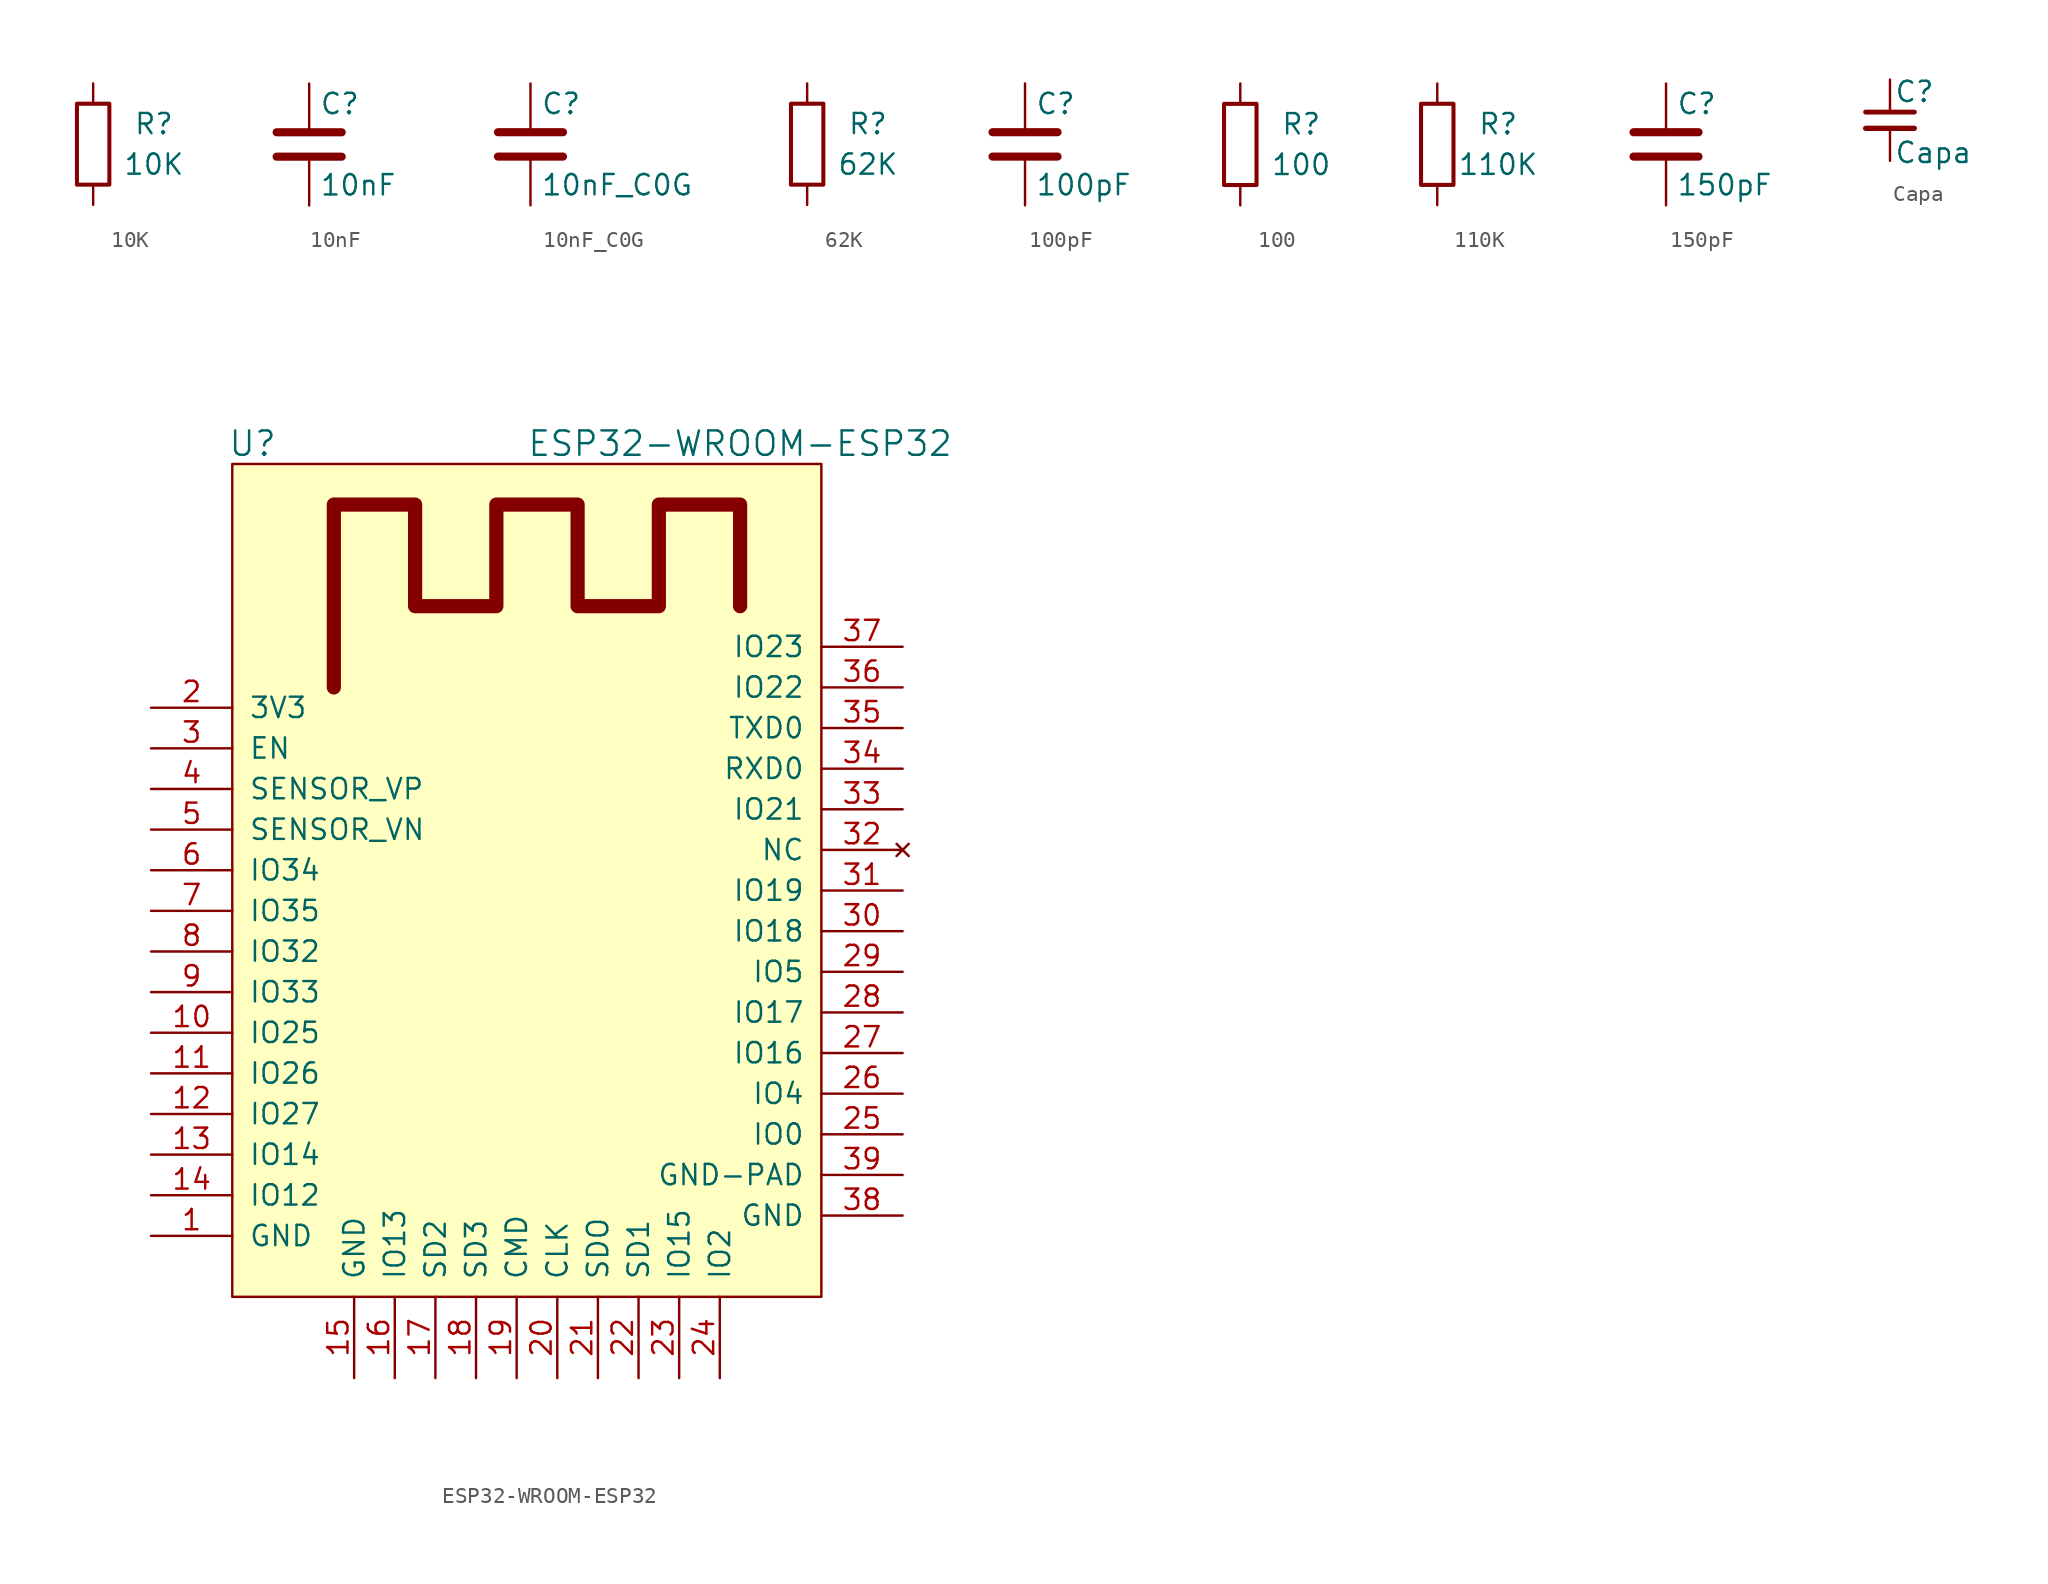
<source format=kicad_sym>
(kicad_symbol_lib
  (version 20220914)
  (generator kicad_symbol_editor)
  (symbol "10K"
    (pin_numbers hide)
    (pin_names
      (offset 0))
    (property "Reference" "R"
      (at 3.81 1.27 0)
      (effects (font (size 1.27 1.27))))
    (property "Value" "10K"
      (at 3.81 -1.27 0)
      (effects (font (size 1.27 1.27))))
    (symbol "10K_0_1"
      (rectangle (start -1.016 -2.54) (end 1.016 2.54) (stroke (width 0.254) (type solid)) (fill (type none))))
    (symbol "10K_1_1"
      (pin passive line (at 0 3.81 270) (length 1.27) (name "~" (effects (font (size 1.27 1.27)))) (number "1" (effects (font (size 1.27 1.27)))))
      (pin passive line (at 0 -3.81 90) (length 1.27) (name "~" (effects (font (size 1.27 1.27)))) (number "2" (effects (font (size 1.27 1.27)))))))
  (symbol "10nF"
    (pin_numbers hide)
    (pin_names
      (offset 0.254))
    (property "Reference" "C"
      (at 0.635 2.54 0)
      (effects (font (size 1.27 1.27)) (justify left)))
    (property "Value" "10nF"
      (at 0.635 -2.54 0)
      (effects (font (size 1.27 1.27)) (justify left)))
    (symbol "10nF_0_1"
      (polyline (pts (xy -2.032 -0.762) (xy 2.032 -0.762)) (stroke (width 0.508) (type solid)) (fill (type none)))
      (polyline (pts (xy -2.032 0.762) (xy 2.032 0.762)) (stroke (width 0.508) (type solid)) (fill (type none))))
    (symbol "10nF_1_1"
      (pin passive line (at 0 3.81 270) (length 2.794) (name "~" (effects (font (size 1.27 1.27)))) (number "1" (effects (font (size 1.27 1.27)))))
      (pin passive line (at 0 -3.81 90) (length 2.794) (name "~" (effects (font (size 1.27 1.27)))) (number "2" (effects (font (size 1.27 1.27)))))))
  (symbol "10nF_C0G"
    (pin_numbers hide)
    (pin_names
      (offset 0.254))
    (property "Reference" "C"
      (at 0.635 2.54 0)
      (effects (font (size 1.27 1.27)) (justify left)))
    (property "Value" "10nF_C0G"
      (at 0.635 -2.54 0)
      (effects (font (size 1.27 1.27)) (justify left)))
    (symbol "10nF_C0G_0_1"
      (polyline (pts (xy -2.032 -0.762) (xy 2.032 -0.762)) (stroke (width 0.508) (type solid)) (fill (type none)))
      (polyline (pts (xy -2.032 0.762) (xy 2.032 0.762)) (stroke (width 0.508) (type solid)) (fill (type none))))
    (symbol "10nF_C0G_1_1"
      (pin passive line (at 0 3.81 270) (length 2.794) (name "~" (effects (font (size 1.27 1.27)))) (number "1" (effects (font (size 1.27 1.27)))))
      (pin passive line (at 0 -3.81 90) (length 2.794) (name "~" (effects (font (size 1.27 1.27)))) (number "2" (effects (font (size 1.27 1.27)))))))
  (symbol "62K"
    (pin_numbers hide)
    (pin_names
      (offset 0))
    (property "Reference" "R"
      (at 3.81 1.27 0)
      (effects (font (size 1.27 1.27))))
    (property "Value" "62K"
      (at 3.81 -1.27 0)
      (effects (font (size 1.27 1.27))))
    (symbol "62K_0_1"
      (rectangle (start -1.016 -2.54) (end 1.016 2.54) (stroke (width 0.254) (type solid)) (fill (type none))))
    (symbol "62K_1_1"
      (pin passive line (at 0 3.81 270) (length 1.27) (name "~" (effects (font (size 1.27 1.27)))) (number "1" (effects (font (size 1.27 1.27)))))
      (pin passive line (at 0 -3.81 90) (length 1.27) (name "~" (effects (font (size 1.27 1.27)))) (number "2" (effects (font (size 1.27 1.27)))))))
  (symbol "100pF"
    (pin_numbers hide)
    (pin_names
      (offset 0.254))
    (property "Reference" "C"
      (at 0.635 2.54 0)
      (effects (font (size 1.27 1.27)) (justify left)))
    (property "Value" "100pF"
      (at 0.635 -2.54 0)
      (effects (font (size 1.27 1.27)) (justify left)))
    (symbol "100pF_0_1"
      (polyline (pts (xy -2.032 -0.762) (xy 2.032 -0.762)) (stroke (width 0.508) (type solid)) (fill (type none)))
      (polyline (pts (xy -2.032 0.762) (xy 2.032 0.762)) (stroke (width 0.508) (type solid)) (fill (type none))))
    (symbol "100pF_1_1"
      (pin passive line (at 0 3.81 270) (length 2.794) (name "~" (effects (font (size 1.27 1.27)))) (number "1" (effects (font (size 1.27 1.27)))))
      (pin passive line (at 0 -3.81 90) (length 2.794) (name "~" (effects (font (size 1.27 1.27)))) (number "2" (effects (font (size 1.27 1.27)))))))
  (symbol "100"
    (pin_numbers hide)
    (pin_names
      (offset 0))
    (property "Reference" "R"
      (at 3.81 1.27 0)
      (effects (font (size 1.27 1.27))))
    (property "Value" "100"
      (at 3.81 -1.27 0)
      (effects (font (size 1.27 1.27))))
    (symbol "100_0_1"
      (rectangle (start -1.016 -2.54) (end 1.016 2.54) (stroke (width 0.254) (type solid)) (fill (type none))))
    (symbol "100_1_1"
      (pin passive line (at 0 3.81 270) (length 1.27) (name "~" (effects (font (size 1.27 1.27)))) (number "1" (effects (font (size 1.27 1.27)))))
      (pin passive line (at 0 -3.81 90) (length 1.27) (name "~" (effects (font (size 1.27 1.27)))) (number "2" (effects (font (size 1.27 1.27)))))))
  (symbol "110K"
    (pin_numbers hide)
    (pin_names
      (offset 0))
    (property "Reference" "R"
      (at 3.81 1.27 0)
      (effects (font (size 1.27 1.27))))
    (property "Value" "110K"
      (at 3.81 -1.27 0)
      (effects (font (size 1.27 1.27))))
    (symbol "110K_0_1"
      (rectangle (start -1.016 -2.54) (end 1.016 2.54) (stroke (width 0.254) (type solid)) (fill (type none))))
    (symbol "110K_1_1"
      (pin passive line (at 0 3.81 270) (length 1.27) (name "~" (effects (font (size 1.27 1.27)))) (number "1" (effects (font (size 1.27 1.27)))))
      (pin passive line (at 0 -3.81 90) (length 1.27) (name "~" (effects (font (size 1.27 1.27)))) (number "2" (effects (font (size 1.27 1.27)))))))
  (symbol "150pF"
    (pin_numbers hide)
    (pin_names
      (offset 0.254))
    (property "Reference" "C"
      (at 0.635 2.54 0)
      (effects (font (size 1.27 1.27)) (justify left)))
    (property "Value" "150pF"
      (at 0.635 -2.54 0)
      (effects (font (size 1.27 1.27)) (justify left)))
    (symbol "150pF_0_1"
      (polyline (pts (xy -2.032 -0.762) (xy 2.032 -0.762)) (stroke (width 0.508) (type solid)) (fill (type none)))
      (polyline (pts (xy -2.032 0.762) (xy 2.032 0.762)) (stroke (width 0.508) (type solid)) (fill (type none))))
    (symbol "150pF_1_1"
      (pin passive line (at 0 3.81 270) (length 2.794) (name "~" (effects (font (size 1.27 1.27)))) (number "1" (effects (font (size 1.27 1.27)))))
      (pin passive line (at 0 -3.81 90) (length 2.794) (name "~" (effects (font (size 1.27 1.27)))) (number "2" (effects (font (size 1.27 1.27)))))))
  (symbol "Capa"
    (pin_numbers hide)
    (pin_names
      (offset 0.254) hide)
    (property "Reference" "C"
      (at 0.254 1.778 0)
      (effects (font (size 1.27 1.27)) (justify left)))
    (property "Value" "Capa"
      (at 0.254 -2.032 0)
      (effects (font (size 1.27 1.27)) (justify left)))
    (symbol "Capa_0_1"
      (polyline (pts (xy -1.524 -0.508) (xy 1.524 -0.508)) (stroke (width 0.33) (type solid)) (fill (type none)))
      (polyline (pts (xy -1.524 0.508) (xy 1.524 0.508)) (stroke (width 0.305) (type solid)) (fill (type none))))
    (symbol "Capa_1_1"
      (pin passive line (at 0 2.54 270) (length 2.032) (name "~" (effects (font (size 1.27 1.27)))) (number "1" (effects (font (size 1.27 1.27)))))
      (pin passive line (at 0 -2.54 90) (length 2.032) (name "~" (effects (font (size 1.27 1.27)))) (number "2" (effects (font (size 1.27 1.27)))))))
  (symbol "ESP32-WROOM-ESP32"
    (pin_names
      (offset 1.016))
    (property "Reference" "U"
      (at -17.78 31.75 0)
      (effects (font (size 1.524 1.524))))
    (property "Value" "ESP32-WROOM-ESP32"
      (at 12.7 31.75 0)
      (effects (font (size 1.524 1.524))))
    (symbol "ESP32-WROOM-ESP32_0_1"
      (rectangle (start -19.05 30.48) (end 17.78 -21.59) (stroke (width 0) (type solid)) (fill (type background)))
      (polyline (pts (xy -12.7 16.51) (xy -12.7 27.94) (xy -7.62 27.94) (xy -7.62 21.59) (xy -2.54 21.59) (xy -2.54 27.94) (xy 2.54 27.94) (xy 2.54 21.59) (xy 7.62 21.59) (xy 7.62 27.94) (xy 12.7 27.94) (xy 12.7 21.59)) (stroke (width 0.889) (type solid)) (fill (type none))))
    (symbol "ESP32-WROOM-ESP32_1_1"
      (pin power_out line (at -24.13 -17.78 0) (length 5.08) (name "GND" (effects (font (size 1.27 1.27)))) (number "1" (effects (font (size 1.27 1.27)))))
      (pin bidirectional line (at -24.13 -5.08 0) (length 5.08) (name "IO25" (effects (font (size 1.27 1.27)))) (number "10" (effects (font (size 1.27 1.27)))))
      (pin bidirectional line (at -24.13 -7.62 0) (length 5.08) (name "IO26" (effects (font (size 1.27 1.27)))) (number "11" (effects (font (size 1.27 1.27)))))
      (pin bidirectional line (at -24.13 -10.16 0) (length 5.08) (name "IO27" (effects (font (size 1.27 1.27)))) (number "12" (effects (font (size 1.27 1.27)))))
      (pin bidirectional line (at -24.13 -12.7 0) (length 5.08) (name "IO14" (effects (font (size 1.27 1.27)))) (number "13" (effects (font (size 1.27 1.27)))))
      (pin bidirectional line (at -24.13 -15.24 0) (length 5.08) (name "IO12" (effects (font (size 1.27 1.27)))) (number "14" (effects (font (size 1.27 1.27)))))
      (pin power_in line (at -11.43 -26.67 90) (length 5.08) (name "GND" (effects (font (size 1.27 1.27)))) (number "15" (effects (font (size 1.27 1.27)))))
      (pin bidirectional line (at -8.89 -26.67 90) (length 5.08) (name "IO13" (effects (font (size 1.27 1.27)))) (number "16" (effects (font (size 1.27 1.27)))))
      (pin bidirectional line (at -6.35 -26.67 90) (length 5.08) (name "SD2" (effects (font (size 1.27 1.27)))) (number "17" (effects (font (size 1.27 1.27)))))
      (pin bidirectional line (at -3.81 -26.67 90) (length 5.08) (name "SD3" (effects (font (size 1.27 1.27)))) (number "18" (effects (font (size 1.27 1.27)))))
      (pin bidirectional line (at -1.27 -26.67 90) (length 5.08) (name "CMD" (effects (font (size 1.27 1.27)))) (number "19" (effects (font (size 1.27 1.27)))))
      (pin power_in line (at -24.13 15.24 0) (length 5.08) (name "3V3" (effects (font (size 1.27 1.27)))) (number "2" (effects (font (size 1.27 1.27)))))
      (pin input line (at 1.27 -26.67 90) (length 5.08) (name "CLK" (effects (font (size 1.27 1.27)))) (number "20" (effects (font (size 1.27 1.27)))))
      (pin bidirectional line (at 3.81 -26.67 90) (length 5.08) (name "SDO" (effects (font (size 1.27 1.27)))) (number "21" (effects (font (size 1.27 1.27)))))
      (pin bidirectional line (at 6.35 -26.67 90) (length 5.08) (name "SD1" (effects (font (size 1.27 1.27)))) (number "22" (effects (font (size 1.27 1.27)))))
      (pin bidirectional line (at 8.89 -26.67 90) (length 5.08) (name "IO15" (effects (font (size 1.27 1.27)))) (number "23" (effects (font (size 1.27 1.27)))))
      (pin bidirectional line (at 11.43 -26.67 90) (length 5.08) (name "IO2" (effects (font (size 1.27 1.27)))) (number "24" (effects (font (size 1.27 1.27)))))
      (pin bidirectional line (at 22.86 -11.43 180) (length 5.08) (name "IO0" (effects (font (size 1.27 1.27)))) (number "25" (effects (font (size 1.27 1.27)))))
      (pin input line (at 22.86 -8.89 180) (length 5.08) (name "IO4" (effects (font (size 1.27 1.27)))) (number "26" (effects (font (size 1.27 1.27)))))
      (pin bidirectional line (at 22.86 -6.35 180) (length 5.08) (name "IO16" (effects (font (size 1.27 1.27)))) (number "27" (effects (font (size 1.27 1.27)))))
      (pin bidirectional line (at 22.86 -3.81 180) (length 5.08) (name "IO17" (effects (font (size 1.27 1.27)))) (number "28" (effects (font (size 1.27 1.27)))))
      (pin bidirectional line (at 22.86 -1.27 180) (length 5.08) (name "IO5" (effects (font (size 1.27 1.27)))) (number "29" (effects (font (size 1.27 1.27)))))
      (pin input line (at -24.13 12.7 0) (length 5.08) (name "EN" (effects (font (size 1.27 1.27)))) (number "3" (effects (font (size 1.27 1.27)))))
      (pin input line (at 22.86 1.27 180) (length 5.08) (name "IO18" (effects (font (size 1.27 1.27)))) (number "30" (effects (font (size 1.27 1.27)))))
      (pin bidirectional line (at 22.86 3.81 180) (length 5.08) (name "IO19" (effects (font (size 1.27 1.27)))) (number "31" (effects (font (size 1.27 1.27)))))
      (pin no_connect line (at 22.86 6.35 180) (length 5.08) (name "NC" (effects (font (size 1.27 1.27)))) (number "32" (effects (font (size 1.27 1.27)))))
      (pin bidirectional line (at 22.86 8.89 180) (length 5.08) (name "IO21" (effects (font (size 1.27 1.27)))) (number "33" (effects (font (size 1.27 1.27)))))
      (pin bidirectional line (at 22.86 11.43 180) (length 5.08) (name "RXD0" (effects (font (size 1.27 1.27)))) (number "34" (effects (font (size 1.27 1.27)))))
      (pin bidirectional line (at 22.86 13.97 180) (length 5.08) (name "TXD0" (effects (font (size 1.27 1.27)))) (number "35" (effects (font (size 1.27 1.27)))))
      (pin bidirectional line (at 22.86 16.51 180) (length 5.08) (name "IO22" (effects (font (size 1.27 1.27)))) (number "36" (effects (font (size 1.27 1.27)))))
      (pin bidirectional line (at 22.86 19.05 180) (length 5.08) (name "IO23" (effects (font (size 1.27 1.27)))) (number "37" (effects (font (size 1.27 1.27)))))
      (pin power_in line (at 22.86 -16.51 180) (length 5.08) (name "GND" (effects (font (size 1.27 1.27)))) (number "38" (effects (font (size 1.27 1.27)))))
      (pin power_in line (at 22.86 -13.97 180) (length 5.08) (name "GND-PAD" (effects (font (size 1.27 1.27)))) (number "39" (effects (font (size 1.27 1.27)))))
      (pin input line (at -24.13 10.16 0) (length 5.08) (name "SENSOR_VP" (effects (font (size 1.27 1.27)))) (number "4" (effects (font (size 1.27 1.27)))))
      (pin input line (at -24.13 7.62 0) (length 5.08) (name "SENSOR_VN" (effects (font (size 1.27 1.27)))) (number "5" (effects (font (size 1.27 1.27)))))
      (pin bidirectional line (at -24.13 5.08 0) (length 5.08) (name "IO34" (effects (font (size 1.27 1.27)))) (number "6" (effects (font (size 1.27 1.27)))))
      (pin bidirectional line (at -24.13 2.54 0) (length 5.08) (name "IO35" (effects (font (size 1.27 1.27)))) (number "7" (effects (font (size 1.27 1.27)))))
      (pin bidirectional line (at -24.13 0 0) (length 5.08) (name "IO32" (effects (font (size 1.27 1.27)))) (number "8" (effects (font (size 1.27 1.27)))))
      (pin bidirectional line (at -24.13 -2.54 0) (length 5.08) (name "IO33" (effects (font (size 1.27 1.27)))) (number "9" (effects (font (size 1.27 1.27))))))))
</source>
